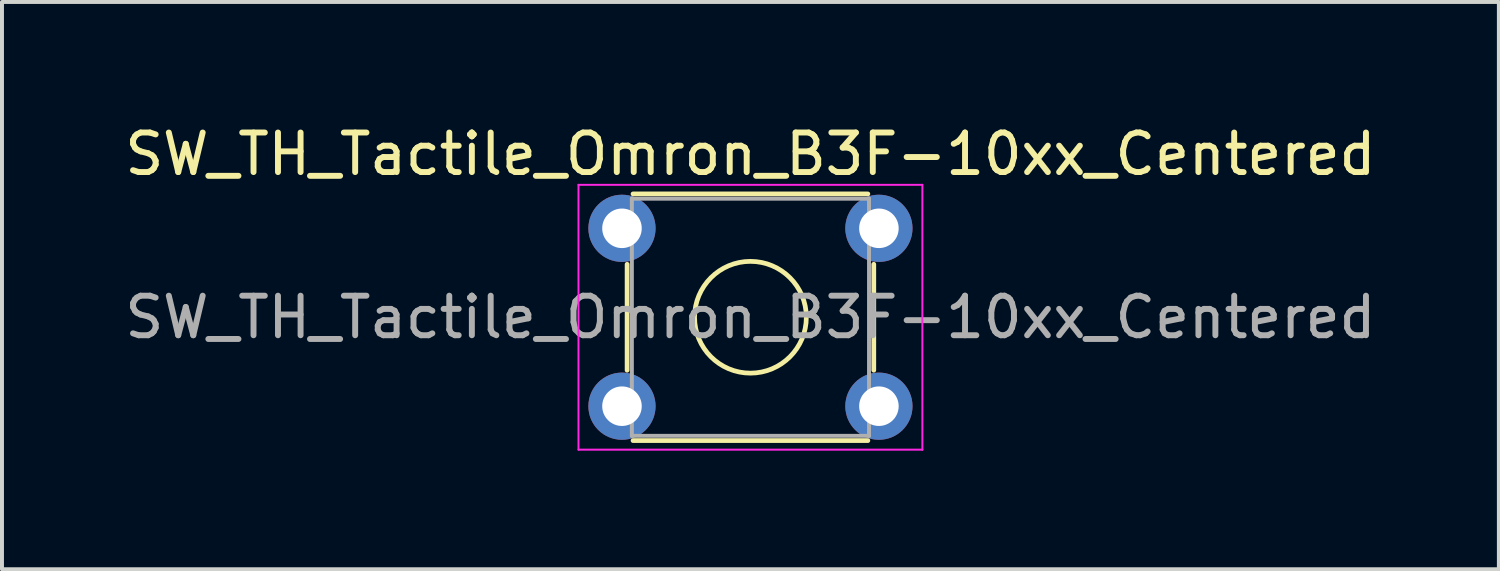
<source format=kicad_pcb>
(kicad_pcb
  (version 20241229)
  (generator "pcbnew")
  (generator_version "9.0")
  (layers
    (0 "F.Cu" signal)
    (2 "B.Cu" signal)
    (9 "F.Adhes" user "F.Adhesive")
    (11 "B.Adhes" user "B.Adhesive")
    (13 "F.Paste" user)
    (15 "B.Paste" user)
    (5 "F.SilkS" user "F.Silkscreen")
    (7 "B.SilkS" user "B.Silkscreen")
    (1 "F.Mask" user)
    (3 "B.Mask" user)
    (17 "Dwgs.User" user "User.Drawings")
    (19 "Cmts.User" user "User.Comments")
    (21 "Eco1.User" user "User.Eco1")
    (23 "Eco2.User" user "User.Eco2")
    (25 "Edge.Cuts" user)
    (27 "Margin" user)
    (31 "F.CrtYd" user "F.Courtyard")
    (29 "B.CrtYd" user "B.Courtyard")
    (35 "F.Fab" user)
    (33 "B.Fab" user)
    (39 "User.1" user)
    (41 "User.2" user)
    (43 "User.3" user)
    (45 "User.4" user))
  (footprint "SW_TH_Tactile_Omron_B3F-10xx_Centered"
    (layer "F.Cu")
    (at 15.935 4.976)
    (property "Reference" "SW_TH_Tactile_Omron_B3F-10xx_Centered" (at 0 -4.128 0) (layer "F.SilkS") (effects (font (size 1 1) (thickness 0.15))))
    (attr through_hole)
    (fp_line (start -3.12 1.34) (end -3.12 -1.34) (stroke (width 0.12) (type solid)) (layer "F.SilkS"))
    (fp_line (start -2.97 -3.12) (end 2.97 -3.12) (stroke (width 0.12) (type solid)) (layer "F.SilkS"))
    (fp_line (start -2.97 3.12) (end 2.97 3.12) (stroke (width 0.12) (type solid)) (layer "F.SilkS"))
    (fp_line (start 3.12 1.34) (end 3.12 -1.34) (stroke (width 0.12) (type solid)) (layer "F.SilkS"))
    (fp_circle (center 0 0) (end 1.414 0) (stroke (width 0.12) (type solid)) (fill no) (layer "F.SilkS"))
    (fp_line (start -4.35 -3.35) (end -4.35 3.35) (stroke (width 0.05) (type solid)) (layer "F.CrtYd"))
    (fp_line (start -4.35 -3.35) (end 4.35 -3.35) (stroke (width 0.05) (type solid)) (layer "F.CrtYd"))
    (fp_line (start -4.35 3.35) (end 4.35 3.35) (stroke (width 0.05) (type solid)) (layer "F.CrtYd"))
    (fp_line (start 4.35 -3.35) (end 4.35 3.35) (stroke (width 0.05) (type solid)) (layer "F.CrtYd"))
    (fp_line (start -3 -3) (end -3 3) (stroke (width 0.1) (type solid)) (layer "F.Fab"))
    (fp_line (start -3 -3) (end 3 -3) (stroke (width 0.1) (type solid)) (layer "F.Fab"))
    (fp_line (start -3 3) (end 3 3) (stroke (width 0.1) (type solid)) (layer "F.Fab"))
    (fp_line (start 3 -3) (end 3 3) (stroke (width 0.1) (type solid)) (layer "F.Fab"))
    (fp_text user "${REFERENCE}" (at 0 0 0) (layer "F.Fab") (effects (font (size 1 1) (thickness 0.15))))
    (pad "1" thru_hole circle (at -3.25 -2.25) (size 1.7 1.7) (drill 1) (layers "*.Cu" "*.Mask"))
    (pad "1" thru_hole circle (at 3.25 -2.25) (size 1.7 1.7) (drill 1) (layers "*.Cu" "*.Mask"))
    (pad "2" thru_hole circle (at -3.25 2.25) (size 1.7 1.7) (drill 1) (layers "*.Cu" "*.Mask"))
    (pad "2" thru_hole circle (at 3.25 2.25) (size 1.7 1.7) (drill 1) (layers "*.Cu" "*.Mask")))
  (gr_rect
    (start -3 -3)
    (end 34.869 11.351)
    (stroke (width 0.1) (type default))
    (fill no)
    (layer "Edge.Cuts")))
</source>
